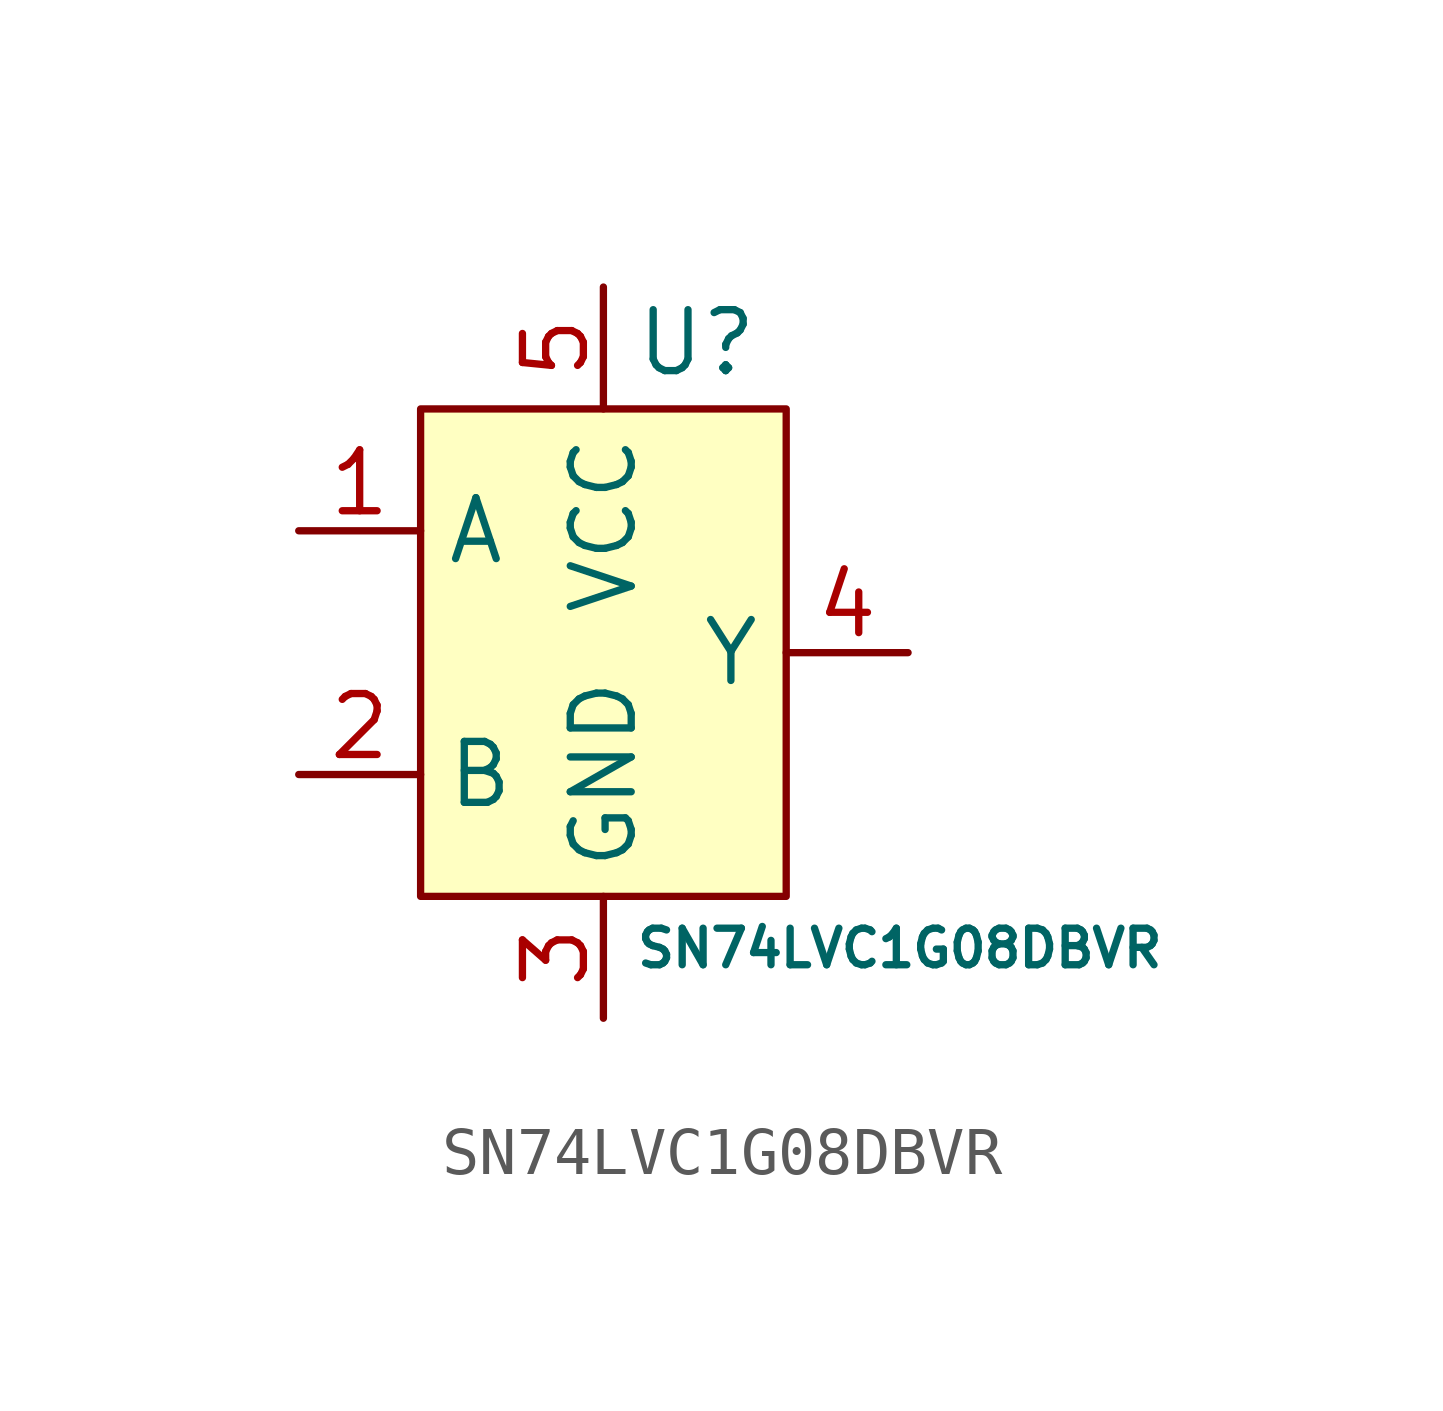
<source format=kicad_sym>
(kicad_symbol_lib
  (version 20241209)
  (generator "kicad_symbol_editor")
  (generator_version "9.0")
  (symbol "SN74LVC1G08DBVR"
    (property "Reference" "U"
      (at 0.635 5.715 0)
      (effects (font (size 1.27 1.27)) (justify left bottom)))
    (property "Value" "SN74LVC1G08DBVR"
      (at 0.635 -5.715 0)
      (effects (font (size 0.762 0.762)) (justify left top)))
    (symbol "SN74LVC1G08DBVR_1_1"
      (rectangle (start -3.81 5.08) (end 3.81 -5.08) (stroke (width 0) (type default)) (fill (type background)))
      (pin input line (at -6.35 2.54 0) (length 2.54) (name "A" (effects (font (size 1.27 1.27)))) (number "1" (effects (font (size 1.27 1.27)))))
      (pin input line (at -6.35 -2.54 0) (length 2.54) (name "B" (effects (font (size 1.27 1.27)))) (number "2" (effects (font (size 1.27 1.27)))))
      (pin power_in line (at 0 7.62 270) (length 2.54) (name "VCC" (effects (font (size 1.27 1.27)))) (number "5" (effects (font (size 1.27 1.27)))))
      (pin power_in line (at 0 -7.62 90) (length 2.54) (name "GND" (effects (font (size 1.27 1.27)))) (number "3" (effects (font (size 1.27 1.27)))))
      (pin input line (at 6.35 0 180) (length 2.54) (name "Y" (effects (font (size 1.27 1.27)))) (number "4" (effects (font (size 1.27 1.27))))))))
</source>
